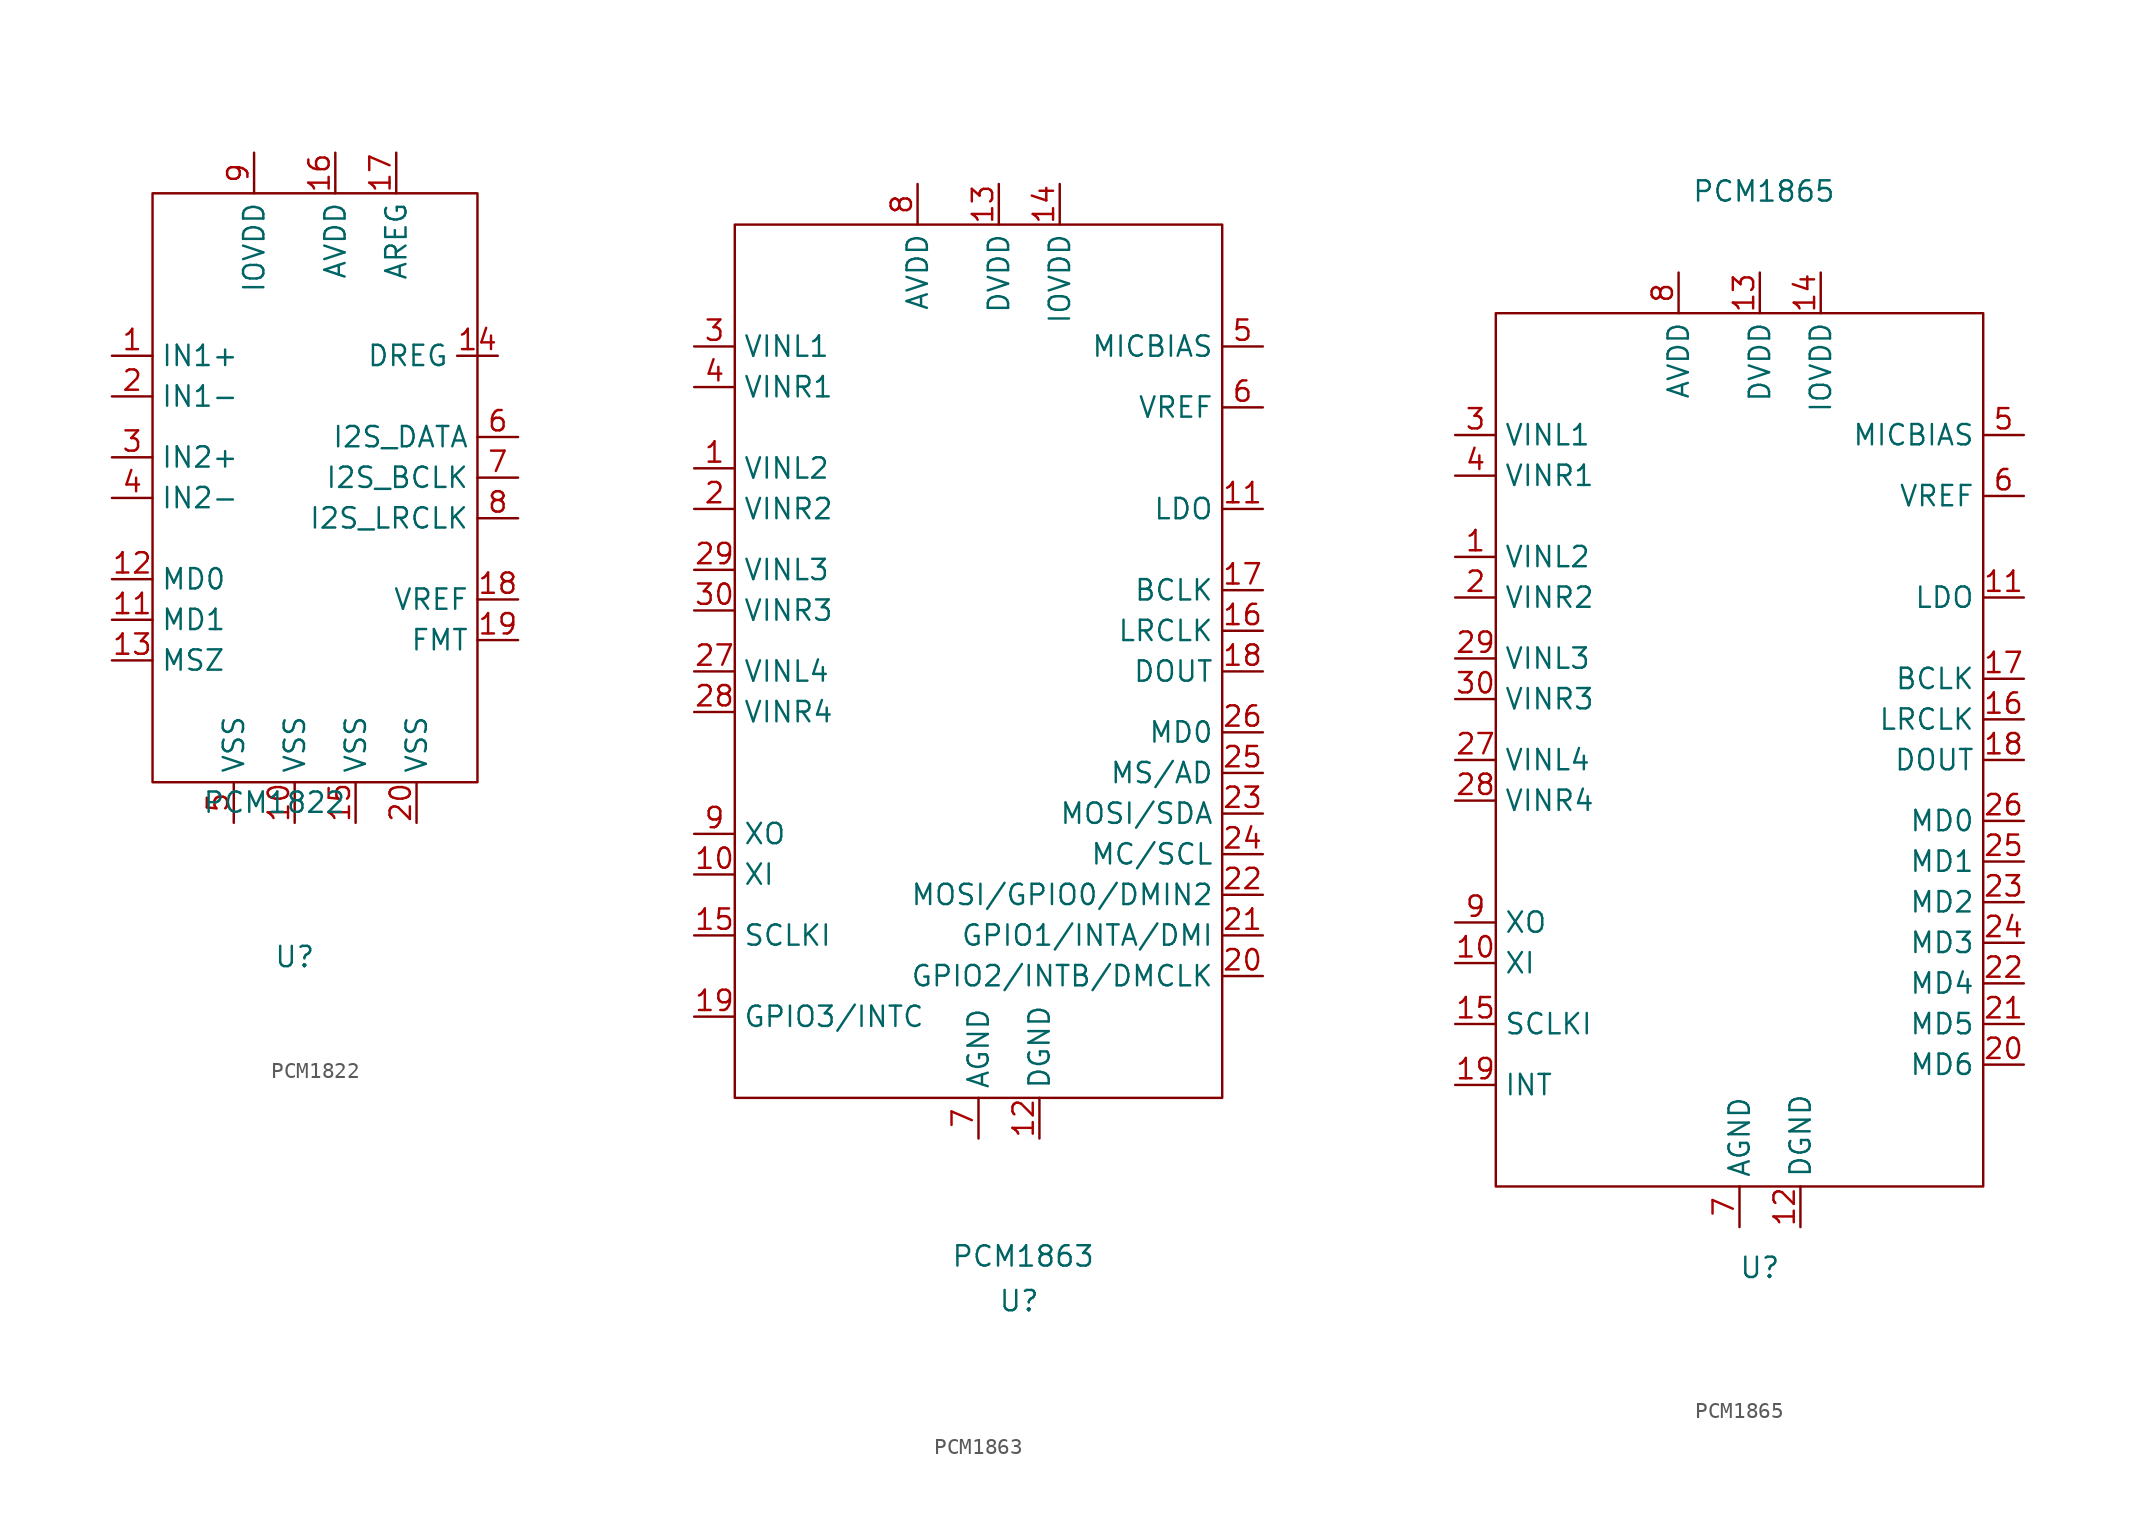
<source format=kicad_sym>
(kicad_symbol_lib
  (version 20231120)
  (generator "kicad_symbol_editor")
  (generator_version "8.0")
  (symbol "PCM1822"
    (property "Reference" "U"
      (at 0 -9.652 0)
      (effects (font (size 1.27 1.27))))
    (property "Value" "PCM1822"
      (at -1.27 0 0)
      (effects (font (size 1.27 1.27))))
    (symbol "PCM1822_1_1"
      (text_box "" (at -8.89 38.1 0) (size 20.32 -36.83) (stroke (width 0) (type default)) (fill (type none)) (effects (font (size 1.27 1.27)) (justify left top)))
      (pin input line (at -11.43 27.94 0) (length 2.54) (name "IN1+" (effects (font (size 1.27 1.27)))) (number "1" (effects (font (size 1.27 1.27)))))
      (pin input line (at 0 -1.27 90) (length 2.54) (name "VSS" (effects (font (size 1.27 1.27)))) (number "10" (effects (font (size 1.27 1.27)))))
      (pin input line (at -11.43 11.43 0) (length 2.54) (name "MD1" (effects (font (size 1.27 1.27)))) (number "11" (effects (font (size 1.27 1.27)))))
      (pin input line (at -11.43 13.97 0) (length 2.54) (name "MD0" (effects (font (size 1.27 1.27)))) (number "12" (effects (font (size 1.27 1.27)))))
      (pin input line (at -11.43 8.89 0) (length 2.54) (name "MSZ" (effects (font (size 1.27 1.27)))) (number "13" (effects (font (size 1.27 1.27)))))
      (pin output line (at 12.7 27.94 180) (length 2.54) (name "DREG" (effects (font (size 1.27 1.27)))) (number "14" (effects (font (size 1.27 1.27)))))
      (pin input line (at 3.81 -1.27 90) (length 2.54) (name "VSS" (effects (font (size 1.27 1.27)))) (number "15" (effects (font (size 1.27 1.27)))))
      (pin input line (at 2.54 40.64 270) (length 2.54) (name "AVDD" (effects (font (size 1.27 1.27)))) (number "16" (effects (font (size 1.27 1.27)))))
      (pin input line (at 6.35 40.64 270) (length 2.54) (name "AREG" (effects (font (size 1.27 1.27)))) (number "17" (effects (font (size 1.27 1.27)))))
      (pin output line (at 13.97 12.7 180) (length 2.54) (name "VREF" (effects (font (size 1.27 1.27)))) (number "18" (effects (font (size 1.27 1.27)))))
      (pin output line (at 13.97 10.16 180) (length 2.54) (name "FMT" (effects (font (size 1.27 1.27)))) (number "19" (effects (font (size 1.27 1.27)))))
      (pin input line (at -11.43 25.4 0) (length 2.54) (name "IN1-" (effects (font (size 1.27 1.27)))) (number "2" (effects (font (size 1.27 1.27)))))
      (pin input line (at 7.62 -1.27 90) (length 2.54) (name "VSS" (effects (font (size 1.27 1.27)))) (number "20" (effects (font (size 1.27 1.27)))))
      (pin input line (at -11.43 21.59 0) (length 2.54) (name "IN2+" (effects (font (size 1.27 1.27)))) (number "3" (effects (font (size 1.27 1.27)))))
      (pin input line (at -11.43 19.05 0) (length 2.54) (name "IN2-" (effects (font (size 1.27 1.27)))) (number "4" (effects (font (size 1.27 1.27)))))
      (pin input line (at -3.81 -1.27 90) (length 2.54) (name "VSS" (effects (font (size 1.27 1.27)))) (number "5" (effects (font (size 1.27 1.27)))))
      (pin input line (at 13.97 22.86 180) (length 2.54) (name "I2S_DATA" (effects (font (size 1.27 1.27)))) (number "6" (effects (font (size 1.27 1.27)))))
      (pin input line (at 13.97 20.32 180) (length 2.54) (name "I2S_BCLK" (effects (font (size 1.27 1.27)))) (number "7" (effects (font (size 1.27 1.27)))))
      (pin input line (at 13.97 17.78 180) (length 2.54) (name "I2S_LRCLK" (effects (font (size 1.27 1.27)))) (number "8" (effects (font (size 1.27 1.27)))))
      (pin input line (at -2.54 40.64 270) (length 2.54) (name "IOVDD" (effects (font (size 1.27 1.27)))) (number "9" (effects (font (size 1.27 1.27)))))))
  (symbol "PCM1863"
    (property "Reference" "U"
      (at 0 0 0)
      (effects (font (size 1.27 1.27))))
    (property "Value" "PCM1863"
      (at 0.254 2.794 0)
      (effects (font (size 1.27 1.27))))
    (symbol "PCM1863_0_1"
      (rectangle (start -17.78 67.31) (end 12.7 12.7) (stroke (width 0) (type default)) (fill (type none))))
    (symbol "PCM1863_1_1"
      (pin input line (at -20.32 52.07 0) (length 2.54) (name "VINL2" (effects (font (size 1.27 1.27)))) (number "1" (effects (font (size 1.27 1.27)))))
      (pin input line (at -20.32 26.67 0) (length 2.54) (name "XI" (effects (font (size 1.27 1.27)))) (number "10" (effects (font (size 1.27 1.27)))))
      (pin input line (at 15.24 49.53 180) (length 2.54) (name "LDO" (effects (font (size 1.27 1.27)))) (number "11" (effects (font (size 1.27 1.27)))))
      (pin input line (at 1.27 10.16 90) (length 2.54) (name "DGND" (effects (font (size 1.27 1.27)))) (number "12" (effects (font (size 1.27 1.27)))))
      (pin input line (at -1.27 69.85 270) (length 2.54) (name "DVDD" (effects (font (size 1.27 1.27)))) (number "13" (effects (font (size 1.27 1.27)))))
      (pin input line (at 2.54 69.85 270) (length 2.54) (name "IOVDD" (effects (font (size 1.27 1.27)))) (number "14" (effects (font (size 1.27 1.27)))))
      (pin input line (at -20.32 22.86 0) (length 2.54) (name "SCLKI" (effects (font (size 1.27 1.27)))) (number "15" (effects (font (size 1.27 1.27)))))
      (pin input line (at 15.24 41.91 180) (length 2.54) (name "LRCLK" (effects (font (size 1.27 1.27)))) (number "16" (effects (font (size 1.27 1.27)))))
      (pin input line (at 15.24 44.45 180) (length 2.54) (name "BCLK" (effects (font (size 1.27 1.27)))) (number "17" (effects (font (size 1.27 1.27)))))
      (pin input line (at 15.24 39.37 180) (length 2.54) (name "DOUT" (effects (font (size 1.27 1.27)))) (number "18" (effects (font (size 1.27 1.27)))))
      (pin input line (at -20.32 17.78 0) (length 2.54) (name "GPIO3/INTC" (effects (font (size 1.27 1.27)))) (number "19" (effects (font (size 1.27 1.27)))))
      (pin input line (at -20.32 49.53 0) (length 2.54) (name "VINR2" (effects (font (size 1.27 1.27)))) (number "2" (effects (font (size 1.27 1.27)))))
      (pin input line (at 15.24 20.32 180) (length 2.54) (name "GPIO2/INTB/DMCLK" (effects (font (size 1.27 1.27)))) (number "20" (effects (font (size 1.27 1.27)))))
      (pin input line (at 15.24 22.86 180) (length 2.54) (name "GPIO1/INTA/DMI" (effects (font (size 1.27 1.27)))) (number "21" (effects (font (size 1.27 1.27)))))
      (pin input line (at 15.24 25.4 180) (length 2.54) (name "MOSI/GPIO0/DMIN2" (effects (font (size 1.27 1.27)))) (number "22" (effects (font (size 1.27 1.27)))))
      (pin input line (at 15.24 30.48 180) (length 2.54) (name "MOSI/SDA" (effects (font (size 1.27 1.27)))) (number "23" (effects (font (size 1.27 1.27)))))
      (pin input line (at 15.24 27.94 180) (length 2.54) (name "MC/SCL" (effects (font (size 1.27 1.27)))) (number "24" (effects (font (size 1.27 1.27)))))
      (pin input line (at 15.24 33.02 180) (length 2.54) (name "MS/AD" (effects (font (size 1.27 1.27)))) (number "25" (effects (font (size 1.27 1.27)))))
      (pin input line (at 15.24 35.56 180) (length 2.54) (name "MD0" (effects (font (size 1.27 1.27)))) (number "26" (effects (font (size 1.27 1.27)))))
      (pin input line (at -20.32 39.37 0) (length 2.54) (name "VINL4" (effects (font (size 1.27 1.27)))) (number "27" (effects (font (size 1.27 1.27)))))
      (pin input line (at -20.32 36.83 0) (length 2.54) (name "VINR4" (effects (font (size 1.27 1.27)))) (number "28" (effects (font (size 1.27 1.27)))))
      (pin input line (at -20.32 45.72 0) (length 2.54) (name "VINL3" (effects (font (size 1.27 1.27)))) (number "29" (effects (font (size 1.27 1.27)))))
      (pin input line (at -20.32 59.69 0) (length 2.54) (name "VINL1" (effects (font (size 1.27 1.27)))) (number "3" (effects (font (size 1.27 1.27)))))
      (pin input line (at -20.32 43.18 0) (length 2.54) (name "VINR3" (effects (font (size 1.27 1.27)))) (number "30" (effects (font (size 1.27 1.27)))))
      (pin input line (at -20.32 57.15 0) (length 2.54) (name "VINR1" (effects (font (size 1.27 1.27)))) (number "4" (effects (font (size 1.27 1.27)))))
      (pin input line (at 15.24 59.69 180) (length 2.54) (name "MICBIAS" (effects (font (size 1.27 1.27)))) (number "5" (effects (font (size 1.27 1.27)))))
      (pin input line (at 15.24 55.88 180) (length 2.54) (name "VREF" (effects (font (size 1.27 1.27)))) (number "6" (effects (font (size 1.27 1.27)))))
      (pin input line (at -2.54 10.16 90) (length 2.54) (name "AGND" (effects (font (size 1.27 1.27)))) (number "7" (effects (font (size 1.27 1.27)))))
      (pin input line (at -6.35 69.85 270) (length 2.54) (name "AVDD" (effects (font (size 1.27 1.27)))) (number "8" (effects (font (size 1.27 1.27)))))
      (pin input line (at -20.32 29.21 0) (length 2.54) (name "XO" (effects (font (size 1.27 1.27)))) (number "9" (effects (font (size 1.27 1.27)))))))
  (symbol "PCM1865"
    (property "Reference" "U"
      (at 0 0 0)
      (effects (font (size 1.27 1.27))))
    (property "Value" "PCM1865"
      (at 0.254 67.31 0)
      (effects (font (size 1.27 1.27))))
    (symbol "PCM1865_0_1"
      (rectangle (start -16.51 59.69) (end 13.97 5.08) (stroke (width 0) (type default)) (fill (type none))))
    (symbol "PCM1865_1_1"
      (pin input line (at -19.05 44.45 0) (length 2.54) (name "VINL2" (effects (font (size 1.27 1.27)))) (number "1" (effects (font (size 1.27 1.27)))))
      (pin input line (at -19.05 19.05 0) (length 2.54) (name "XI" (effects (font (size 1.27 1.27)))) (number "10" (effects (font (size 1.27 1.27)))))
      (pin input line (at 16.51 41.91 180) (length 2.54) (name "LDO" (effects (font (size 1.27 1.27)))) (number "11" (effects (font (size 1.27 1.27)))))
      (pin input line (at 2.54 2.54 90) (length 2.54) (name "DGND" (effects (font (size 1.27 1.27)))) (number "12" (effects (font (size 1.27 1.27)))))
      (pin input line (at 0 62.23 270) (length 2.54) (name "DVDD" (effects (font (size 1.27 1.27)))) (number "13" (effects (font (size 1.27 1.27)))))
      (pin input line (at 3.81 62.23 270) (length 2.54) (name "IOVDD" (effects (font (size 1.27 1.27)))) (number "14" (effects (font (size 1.27 1.27)))))
      (pin input line (at -19.05 15.24 0) (length 2.54) (name "SCLKI" (effects (font (size 1.27 1.27)))) (number "15" (effects (font (size 1.27 1.27)))))
      (pin input line (at 16.51 34.29 180) (length 2.54) (name "LRCLK" (effects (font (size 1.27 1.27)))) (number "16" (effects (font (size 1.27 1.27)))))
      (pin input line (at 16.51 36.83 180) (length 2.54) (name "BCLK" (effects (font (size 1.27 1.27)))) (number "17" (effects (font (size 1.27 1.27)))))
      (pin input line (at 16.51 31.75 180) (length 2.54) (name "DOUT" (effects (font (size 1.27 1.27)))) (number "18" (effects (font (size 1.27 1.27)))))
      (pin input line (at -19.05 11.43 0) (length 2.54) (name "INT" (effects (font (size 1.27 1.27)))) (number "19" (effects (font (size 1.27 1.27)))))
      (pin input line (at -19.05 41.91 0) (length 2.54) (name "VINR2" (effects (font (size 1.27 1.27)))) (number "2" (effects (font (size 1.27 1.27)))))
      (pin input line (at 16.51 12.7 180) (length 2.54) (name "MD6" (effects (font (size 1.27 1.27)))) (number "20" (effects (font (size 1.27 1.27)))))
      (pin input line (at 16.51 15.24 180) (length 2.54) (name "MD5" (effects (font (size 1.27 1.27)))) (number "21" (effects (font (size 1.27 1.27)))))
      (pin input line (at 16.51 17.78 180) (length 2.54) (name "MD4" (effects (font (size 1.27 1.27)))) (number "22" (effects (font (size 1.27 1.27)))))
      (pin input line (at 16.51 22.86 180) (length 2.54) (name "MD2" (effects (font (size 1.27 1.27)))) (number "23" (effects (font (size 1.27 1.27)))))
      (pin input line (at 16.51 20.32 180) (length 2.54) (name "MD3" (effects (font (size 1.27 1.27)))) (number "24" (effects (font (size 1.27 1.27)))))
      (pin input line (at 16.51 25.4 180) (length 2.54) (name "MD1" (effects (font (size 1.27 1.27)))) (number "25" (effects (font (size 1.27 1.27)))))
      (pin input line (at 16.51 27.94 180) (length 2.54) (name "MD0" (effects (font (size 1.27 1.27)))) (number "26" (effects (font (size 1.27 1.27)))))
      (pin input line (at -19.05 31.75 0) (length 2.54) (name "VINL4" (effects (font (size 1.27 1.27)))) (number "27" (effects (font (size 1.27 1.27)))))
      (pin input line (at -19.05 29.21 0) (length 2.54) (name "VINR4" (effects (font (size 1.27 1.27)))) (number "28" (effects (font (size 1.27 1.27)))))
      (pin input line (at -19.05 38.1 0) (length 2.54) (name "VINL3" (effects (font (size 1.27 1.27)))) (number "29" (effects (font (size 1.27 1.27)))))
      (pin input line (at -19.05 52.07 0) (length 2.54) (name "VINL1" (effects (font (size 1.27 1.27)))) (number "3" (effects (font (size 1.27 1.27)))))
      (pin input line (at -19.05 35.56 0) (length 2.54) (name "VINR3" (effects (font (size 1.27 1.27)))) (number "30" (effects (font (size 1.27 1.27)))))
      (pin input line (at -19.05 49.53 0) (length 2.54) (name "VINR1" (effects (font (size 1.27 1.27)))) (number "4" (effects (font (size 1.27 1.27)))))
      (pin input line (at 16.51 52.07 180) (length 2.54) (name "MICBIAS" (effects (font (size 1.27 1.27)))) (number "5" (effects (font (size 1.27 1.27)))))
      (pin input line (at 16.51 48.26 180) (length 2.54) (name "VREF" (effects (font (size 1.27 1.27)))) (number "6" (effects (font (size 1.27 1.27)))))
      (pin input line (at -1.27 2.54 90) (length 2.54) (name "AGND" (effects (font (size 1.27 1.27)))) (number "7" (effects (font (size 1.27 1.27)))))
      (pin input line (at -5.08 62.23 270) (length 2.54) (name "AVDD" (effects (font (size 1.27 1.27)))) (number "8" (effects (font (size 1.27 1.27)))))
      (pin input line (at -19.05 21.59 0) (length 2.54) (name "XO" (effects (font (size 1.27 1.27)))) (number "9" (effects (font (size 1.27 1.27))))))))
</source>
